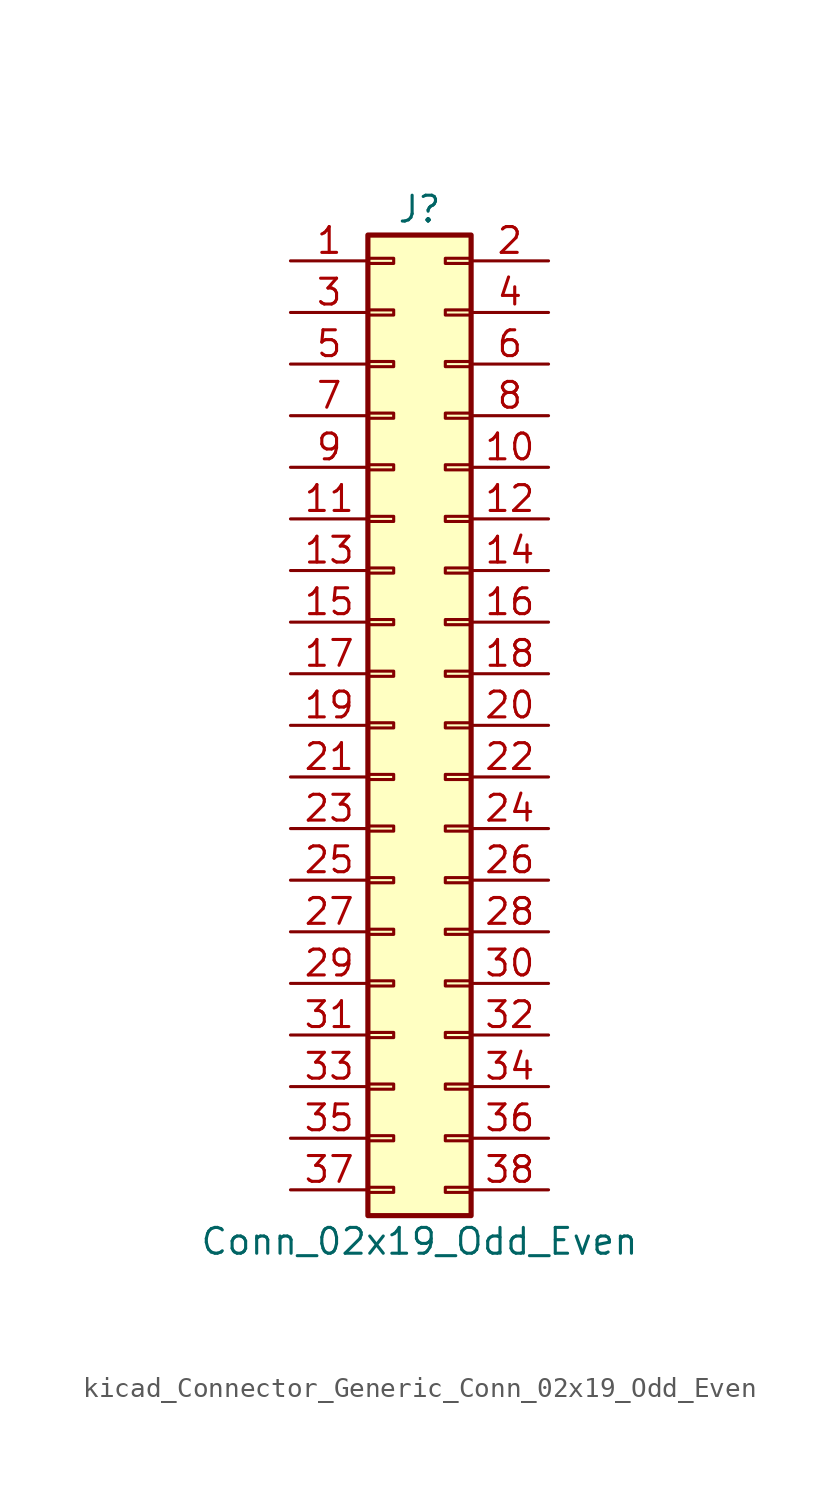
<source format=kicad_sym>
(kicad_symbol_lib
  (version 20220914)
  (generator kicad_symbol_editor)
  (symbol "kicad_Connector_Generic_Conn_02x19_Odd_Even"
    (pin_names
      (offset 1.016) hide)
    (property "Reference" "J"
      (at 1.27 25.4 0)
      (effects (font (size 1.27 1.27))))
    (property "Value" "Conn_02x19_Odd_Even"
      (at 1.27 -25.4 0)
      (effects (font (size 1.27 1.27))))
    (symbol "kicad_Connector_Generic_Conn_02x19_Odd_Even_1_1"
      (rectangle (start -1.27 -22.733) (end 0 -22.987) (stroke (width 0.152) (type default)) (fill (type none)))
      (rectangle (start -1.27 -20.193) (end 0 -20.447) (stroke (width 0.152) (type default)) (fill (type none)))
      (rectangle (start -1.27 -17.653) (end 0 -17.907) (stroke (width 0.152) (type default)) (fill (type none)))
      (rectangle (start -1.27 -15.113) (end 0 -15.367) (stroke (width 0.152) (type default)) (fill (type none)))
      (rectangle (start -1.27 -12.573) (end 0 -12.827) (stroke (width 0.152) (type default)) (fill (type none)))
      (rectangle (start -1.27 -10.033) (end 0 -10.287) (stroke (width 0.152) (type default)) (fill (type none)))
      (rectangle (start -1.27 -7.493) (end 0 -7.747) (stroke (width 0.152) (type default)) (fill (type none)))
      (rectangle (start -1.27 -4.953) (end 0 -5.207) (stroke (width 0.152) (type default)) (fill (type none)))
      (rectangle (start -1.27 -2.413) (end 0 -2.667) (stroke (width 0.152) (type default)) (fill (type none)))
      (rectangle (start -1.27 0.127) (end 0 -0.127) (stroke (width 0.152) (type default)) (fill (type none)))
      (rectangle (start -1.27 2.667) (end 0 2.413) (stroke (width 0.152) (type default)) (fill (type none)))
      (rectangle (start -1.27 5.207) (end 0 4.953) (stroke (width 0.152) (type default)) (fill (type none)))
      (rectangle (start -1.27 7.747) (end 0 7.493) (stroke (width 0.152) (type default)) (fill (type none)))
      (rectangle (start -1.27 10.287) (end 0 10.033) (stroke (width 0.152) (type default)) (fill (type none)))
      (rectangle (start -1.27 12.827) (end 0 12.573) (stroke (width 0.152) (type default)) (fill (type none)))
      (rectangle (start -1.27 15.367) (end 0 15.113) (stroke (width 0.152) (type default)) (fill (type none)))
      (rectangle (start -1.27 17.907) (end 0 17.653) (stroke (width 0.152) (type default)) (fill (type none)))
      (rectangle (start -1.27 20.447) (end 0 20.193) (stroke (width 0.152) (type default)) (fill (type none)))
      (rectangle (start -1.27 22.987) (end 0 22.733) (stroke (width 0.152) (type default)) (fill (type none)))
      (rectangle (start -1.27 24.13) (end 3.81 -24.13) (stroke (width 0.254) (type default)) (fill (type background)))
      (rectangle (start 3.81 -22.733) (end 2.54 -22.987) (stroke (width 0.152) (type default)) (fill (type none)))
      (rectangle (start 3.81 -20.193) (end 2.54 -20.447) (stroke (width 0.152) (type default)) (fill (type none)))
      (rectangle (start 3.81 -17.653) (end 2.54 -17.907) (stroke (width 0.152) (type default)) (fill (type none)))
      (rectangle (start 3.81 -15.113) (end 2.54 -15.367) (stroke (width 0.152) (type default)) (fill (type none)))
      (rectangle (start 3.81 -12.573) (end 2.54 -12.827) (stroke (width 0.152) (type default)) (fill (type none)))
      (rectangle (start 3.81 -10.033) (end 2.54 -10.287) (stroke (width 0.152) (type default)) (fill (type none)))
      (rectangle (start 3.81 -7.493) (end 2.54 -7.747) (stroke (width 0.152) (type default)) (fill (type none)))
      (rectangle (start 3.81 -4.953) (end 2.54 -5.207) (stroke (width 0.152) (type default)) (fill (type none)))
      (rectangle (start 3.81 -2.413) (end 2.54 -2.667) (stroke (width 0.152) (type default)) (fill (type none)))
      (rectangle (start 3.81 0.127) (end 2.54 -0.127) (stroke (width 0.152) (type default)) (fill (type none)))
      (rectangle (start 3.81 2.667) (end 2.54 2.413) (stroke (width 0.152) (type default)) (fill (type none)))
      (rectangle (start 3.81 5.207) (end 2.54 4.953) (stroke (width 0.152) (type default)) (fill (type none)))
      (rectangle (start 3.81 7.747) (end 2.54 7.493) (stroke (width 0.152) (type default)) (fill (type none)))
      (rectangle (start 3.81 10.287) (end 2.54 10.033) (stroke (width 0.152) (type default)) (fill (type none)))
      (rectangle (start 3.81 12.827) (end 2.54 12.573) (stroke (width 0.152) (type default)) (fill (type none)))
      (rectangle (start 3.81 15.367) (end 2.54 15.113) (stroke (width 0.152) (type default)) (fill (type none)))
      (rectangle (start 3.81 17.907) (end 2.54 17.653) (stroke (width 0.152) (type default)) (fill (type none)))
      (rectangle (start 3.81 20.447) (end 2.54 20.193) (stroke (width 0.152) (type default)) (fill (type none)))
      (rectangle (start 3.81 22.987) (end 2.54 22.733) (stroke (width 0.152) (type default)) (fill (type none)))
      (pin passive line (at -5.08 22.86 0) (length 3.81) (name "Pin_1" (effects (font (size 1.27 1.27)))) (number "1" (effects (font (size 1.27 1.27)))))
      (pin passive line (at 7.62 12.7 180) (length 3.81) (name "Pin_10" (effects (font (size 1.27 1.27)))) (number "10" (effects (font (size 1.27 1.27)))))
      (pin passive line (at -5.08 10.16 0) (length 3.81) (name "Pin_11" (effects (font (size 1.27 1.27)))) (number "11" (effects (font (size 1.27 1.27)))))
      (pin passive line (at 7.62 10.16 180) (length 3.81) (name "Pin_12" (effects (font (size 1.27 1.27)))) (number "12" (effects (font (size 1.27 1.27)))))
      (pin passive line (at -5.08 7.62 0) (length 3.81) (name "Pin_13" (effects (font (size 1.27 1.27)))) (number "13" (effects (font (size 1.27 1.27)))))
      (pin passive line (at 7.62 7.62 180) (length 3.81) (name "Pin_14" (effects (font (size 1.27 1.27)))) (number "14" (effects (font (size 1.27 1.27)))))
      (pin passive line (at -5.08 5.08 0) (length 3.81) (name "Pin_15" (effects (font (size 1.27 1.27)))) (number "15" (effects (font (size 1.27 1.27)))))
      (pin passive line (at 7.62 5.08 180) (length 3.81) (name "Pin_16" (effects (font (size 1.27 1.27)))) (number "16" (effects (font (size 1.27 1.27)))))
      (pin passive line (at -5.08 2.54 0) (length 3.81) (name "Pin_17" (effects (font (size 1.27 1.27)))) (number "17" (effects (font (size 1.27 1.27)))))
      (pin passive line (at 7.62 2.54 180) (length 3.81) (name "Pin_18" (effects (font (size 1.27 1.27)))) (number "18" (effects (font (size 1.27 1.27)))))
      (pin passive line (at -5.08 0 0) (length 3.81) (name "Pin_19" (effects (font (size 1.27 1.27)))) (number "19" (effects (font (size 1.27 1.27)))))
      (pin passive line (at 7.62 22.86 180) (length 3.81) (name "Pin_2" (effects (font (size 1.27 1.27)))) (number "2" (effects (font (size 1.27 1.27)))))
      (pin passive line (at 7.62 0 180) (length 3.81) (name "Pin_20" (effects (font (size 1.27 1.27)))) (number "20" (effects (font (size 1.27 1.27)))))
      (pin passive line (at -5.08 -2.54 0) (length 3.81) (name "Pin_21" (effects (font (size 1.27 1.27)))) (number "21" (effects (font (size 1.27 1.27)))))
      (pin passive line (at 7.62 -2.54 180) (length 3.81) (name "Pin_22" (effects (font (size 1.27 1.27)))) (number "22" (effects (font (size 1.27 1.27)))))
      (pin passive line (at -5.08 -5.08 0) (length 3.81) (name "Pin_23" (effects (font (size 1.27 1.27)))) (number "23" (effects (font (size 1.27 1.27)))))
      (pin passive line (at 7.62 -5.08 180) (length 3.81) (name "Pin_24" (effects (font (size 1.27 1.27)))) (number "24" (effects (font (size 1.27 1.27)))))
      (pin passive line (at -5.08 -7.62 0) (length 3.81) (name "Pin_25" (effects (font (size 1.27 1.27)))) (number "25" (effects (font (size 1.27 1.27)))))
      (pin passive line (at 7.62 -7.62 180) (length 3.81) (name "Pin_26" (effects (font (size 1.27 1.27)))) (number "26" (effects (font (size 1.27 1.27)))))
      (pin passive line (at -5.08 -10.16 0) (length 3.81) (name "Pin_27" (effects (font (size 1.27 1.27)))) (number "27" (effects (font (size 1.27 1.27)))))
      (pin passive line (at 7.62 -10.16 180) (length 3.81) (name "Pin_28" (effects (font (size 1.27 1.27)))) (number "28" (effects (font (size 1.27 1.27)))))
      (pin passive line (at -5.08 -12.7 0) (length 3.81) (name "Pin_29" (effects (font (size 1.27 1.27)))) (number "29" (effects (font (size 1.27 1.27)))))
      (pin passive line (at -5.08 20.32 0) (length 3.81) (name "Pin_3" (effects (font (size 1.27 1.27)))) (number "3" (effects (font (size 1.27 1.27)))))
      (pin passive line (at 7.62 -12.7 180) (length 3.81) (name "Pin_30" (effects (font (size 1.27 1.27)))) (number "30" (effects (font (size 1.27 1.27)))))
      (pin passive line (at -5.08 -15.24 0) (length 3.81) (name "Pin_31" (effects (font (size 1.27 1.27)))) (number "31" (effects (font (size 1.27 1.27)))))
      (pin passive line (at 7.62 -15.24 180) (length 3.81) (name "Pin_32" (effects (font (size 1.27 1.27)))) (number "32" (effects (font (size 1.27 1.27)))))
      (pin passive line (at -5.08 -17.78 0) (length 3.81) (name "Pin_33" (effects (font (size 1.27 1.27)))) (number "33" (effects (font (size 1.27 1.27)))))
      (pin passive line (at 7.62 -17.78 180) (length 3.81) (name "Pin_34" (effects (font (size 1.27 1.27)))) (number "34" (effects (font (size 1.27 1.27)))))
      (pin passive line (at -5.08 -20.32 0) (length 3.81) (name "Pin_35" (effects (font (size 1.27 1.27)))) (number "35" (effects (font (size 1.27 1.27)))))
      (pin passive line (at 7.62 -20.32 180) (length 3.81) (name "Pin_36" (effects (font (size 1.27 1.27)))) (number "36" (effects (font (size 1.27 1.27)))))
      (pin passive line (at -5.08 -22.86 0) (length 3.81) (name "Pin_37" (effects (font (size 1.27 1.27)))) (number "37" (effects (font (size 1.27 1.27)))))
      (pin passive line (at 7.62 -22.86 180) (length 3.81) (name "Pin_38" (effects (font (size 1.27 1.27)))) (number "38" (effects (font (size 1.27 1.27)))))
      (pin passive line (at 7.62 20.32 180) (length 3.81) (name "Pin_4" (effects (font (size 1.27 1.27)))) (number "4" (effects (font (size 1.27 1.27)))))
      (pin passive line (at -5.08 17.78 0) (length 3.81) (name "Pin_5" (effects (font (size 1.27 1.27)))) (number "5" (effects (font (size 1.27 1.27)))))
      (pin passive line (at 7.62 17.78 180) (length 3.81) (name "Pin_6" (effects (font (size 1.27 1.27)))) (number "6" (effects (font (size 1.27 1.27)))))
      (pin passive line (at -5.08 15.24 0) (length 3.81) (name "Pin_7" (effects (font (size 1.27 1.27)))) (number "7" (effects (font (size 1.27 1.27)))))
      (pin passive line (at 7.62 15.24 180) (length 3.81) (name "Pin_8" (effects (font (size 1.27 1.27)))) (number "8" (effects (font (size 1.27 1.27)))))
      (pin passive line (at -5.08 12.7 0) (length 3.81) (name "Pin_9" (effects (font (size 1.27 1.27)))) (number "9" (effects (font (size 1.27 1.27))))))))
</source>
